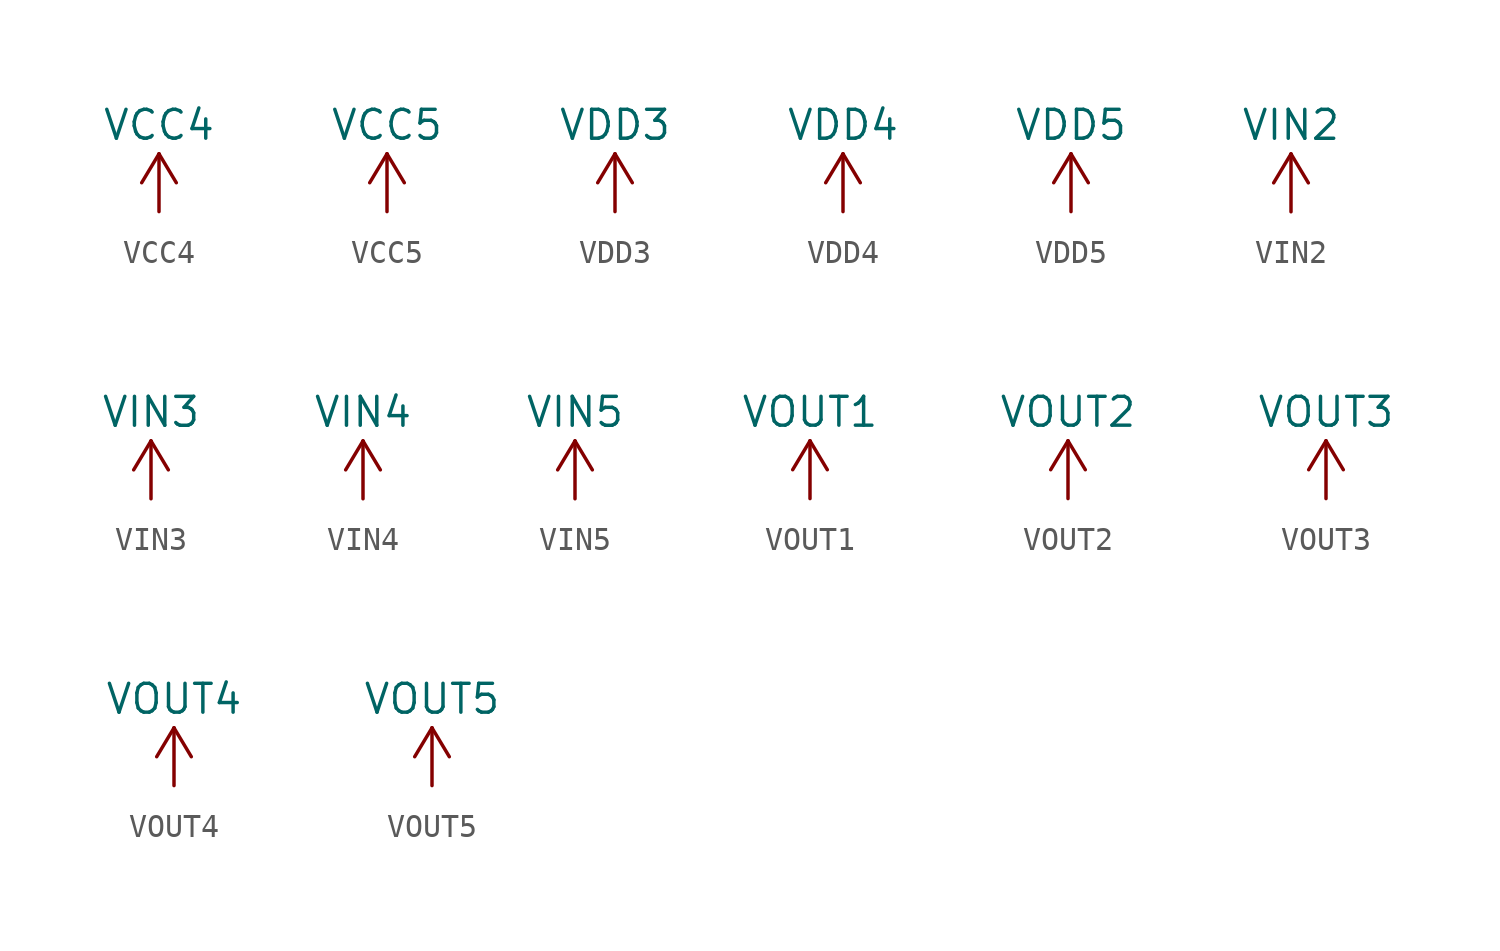
<source format=kicad_sym>
(kicad_symbol_lib
  (version 20220914)
  (generator kicad_symbol_editor)
  (symbol "VCC4"
    (power)
    (pin_names
      (offset 0))
    (property "Reference" "#PWR"
      (at 0 -3.81 0)
      (effects (font (size 1.27 1.27)) hide))
    (property "Value" "VCC4"
      (at 0 3.81 0)
      (effects (font (size 1.27 1.27))))
    (symbol "VCC4_0_1"
      (polyline (pts (xy -0.762 1.27) (xy 0 2.54)) (stroke (width 0) (type default)) (fill (type none)))
      (polyline (pts (xy 0 0) (xy 0 2.54)) (stroke (width 0) (type default)) (fill (type none)))
      (polyline (pts (xy 0 2.54) (xy 0.762 1.27)) (stroke (width 0) (type default)) (fill (type none))))
    (symbol "VCC4_1_1"
      (pin power_in line (at 0 0 90) (length 0) hide (name "VCC4" (effects (font (size 1.27 1.27)))) (number "1" (effects (font (size 1.27 1.27)))))))
  (symbol "VCC5"
    (power)
    (pin_names
      (offset 0))
    (property "Reference" "#PWR"
      (at 0 -3.81 0)
      (effects (font (size 1.27 1.27)) hide))
    (property "Value" "VCC5"
      (at 0 3.81 0)
      (effects (font (size 1.27 1.27))))
    (symbol "VCC5_0_1"
      (polyline (pts (xy -0.762 1.27) (xy 0 2.54)) (stroke (width 0) (type default)) (fill (type none)))
      (polyline (pts (xy 0 0) (xy 0 2.54)) (stroke (width 0) (type default)) (fill (type none)))
      (polyline (pts (xy 0 2.54) (xy 0.762 1.27)) (stroke (width 0) (type default)) (fill (type none))))
    (symbol "VCC5_1_1"
      (pin power_in line (at 0 0 90) (length 0) hide (name "VCC5" (effects (font (size 1.27 1.27)))) (number "1" (effects (font (size 1.27 1.27)))))))
  (symbol "VDD3"
    (power)
    (pin_names
      (offset 0))
    (property "Reference" "#PWR"
      (at 0 -3.81 0)
      (effects (font (size 1.27 1.27)) hide))
    (property "Value" "VDD3"
      (at 0 3.81 0)
      (effects (font (size 1.27 1.27))))
    (symbol "VDD3_0_1"
      (polyline (pts (xy -0.762 1.27) (xy 0 2.54)) (stroke (width 0) (type default)) (fill (type none)))
      (polyline (pts (xy 0 0) (xy 0 2.54)) (stroke (width 0) (type default)) (fill (type none)))
      (polyline (pts (xy 0 2.54) (xy 0.762 1.27)) (stroke (width 0) (type default)) (fill (type none))))
    (symbol "VDD3_1_1"
      (pin power_in line (at 0 0 90) (length 0) hide (name "VDD3" (effects (font (size 1.27 1.27)))) (number "1" (effects (font (size 1.27 1.27)))))))
  (symbol "VDD4"
    (power)
    (pin_names
      (offset 0))
    (property "Reference" "#PWR"
      (at 0 -3.81 0)
      (effects (font (size 1.27 1.27)) hide))
    (property "Value" "VDD4"
      (at 0 3.81 0)
      (effects (font (size 1.27 1.27))))
    (symbol "VDD4_0_1"
      (polyline (pts (xy -0.762 1.27) (xy 0 2.54)) (stroke (width 0) (type default)) (fill (type none)))
      (polyline (pts (xy 0 0) (xy 0 2.54)) (stroke (width 0) (type default)) (fill (type none)))
      (polyline (pts (xy 0 2.54) (xy 0.762 1.27)) (stroke (width 0) (type default)) (fill (type none))))
    (symbol "VDD4_1_1"
      (pin power_in line (at 0 0 90) (length 0) hide (name "VDD4" (effects (font (size 1.27 1.27)))) (number "1" (effects (font (size 1.27 1.27)))))))
  (symbol "VDD5"
    (power)
    (pin_names
      (offset 0))
    (property "Reference" "#PWR"
      (at 0 -3.81 0)
      (effects (font (size 1.27 1.27)) hide))
    (property "Value" "VDD5"
      (at 0 3.81 0)
      (effects (font (size 1.27 1.27))))
    (symbol "VDD5_0_1"
      (polyline (pts (xy -0.762 1.27) (xy 0 2.54)) (stroke (width 0) (type default)) (fill (type none)))
      (polyline (pts (xy 0 0) (xy 0 2.54)) (stroke (width 0) (type default)) (fill (type none)))
      (polyline (pts (xy 0 2.54) (xy 0.762 1.27)) (stroke (width 0) (type default)) (fill (type none))))
    (symbol "VDD5_1_1"
      (pin power_in line (at 0 0 90) (length 0) hide (name "VDD5" (effects (font (size 1.27 1.27)))) (number "1" (effects (font (size 1.27 1.27)))))))
  (symbol "VIN2"
    (power)
    (pin_names
      (offset 0))
    (property "Reference" "#PWR"
      (at 0 -3.81 0)
      (effects (font (size 1.27 1.27)) hide))
    (property "Value" "VIN2"
      (at 0 3.81 0)
      (effects (font (size 1.27 1.27))))
    (symbol "VIN2_0_1"
      (polyline (pts (xy -0.762 1.27) (xy 0 2.54)) (stroke (width 0) (type default)) (fill (type none)))
      (polyline (pts (xy 0 0) (xy 0 2.54)) (stroke (width 0) (type default)) (fill (type none)))
      (polyline (pts (xy 0 2.54) (xy 0.762 1.27)) (stroke (width 0) (type default)) (fill (type none))))
    (symbol "VIN2_1_1"
      (pin power_in line (at 0 0 90) (length 0) hide (name "VIN2" (effects (font (size 1.27 1.27)))) (number "1" (effects (font (size 1.27 1.27)))))))
  (symbol "VIN3"
    (power)
    (pin_names
      (offset 0))
    (property "Reference" "#PWR"
      (at 0 -3.81 0)
      (effects (font (size 1.27 1.27)) hide))
    (property "Value" "VIN3"
      (at 0 3.81 0)
      (effects (font (size 1.27 1.27))))
    (symbol "VIN3_0_1"
      (polyline (pts (xy -0.762 1.27) (xy 0 2.54)) (stroke (width 0) (type default)) (fill (type none)))
      (polyline (pts (xy 0 0) (xy 0 2.54)) (stroke (width 0) (type default)) (fill (type none)))
      (polyline (pts (xy 0 2.54) (xy 0.762 1.27)) (stroke (width 0) (type default)) (fill (type none))))
    (symbol "VIN3_1_1"
      (pin power_in line (at 0 0 90) (length 0) hide (name "VIN3" (effects (font (size 1.27 1.27)))) (number "1" (effects (font (size 1.27 1.27)))))))
  (symbol "VIN4"
    (power)
    (pin_names
      (offset 0))
    (property "Reference" "#PWR"
      (at 0 -3.81 0)
      (effects (font (size 1.27 1.27)) hide))
    (property "Value" "VIN4"
      (at 0 3.81 0)
      (effects (font (size 1.27 1.27))))
    (symbol "VIN4_0_1"
      (polyline (pts (xy -0.762 1.27) (xy 0 2.54)) (stroke (width 0) (type default)) (fill (type none)))
      (polyline (pts (xy 0 0) (xy 0 2.54)) (stroke (width 0) (type default)) (fill (type none)))
      (polyline (pts (xy 0 2.54) (xy 0.762 1.27)) (stroke (width 0) (type default)) (fill (type none))))
    (symbol "VIN4_1_1"
      (pin power_in line (at 0 0 90) (length 0) hide (name "VIN4" (effects (font (size 1.27 1.27)))) (number "1" (effects (font (size 1.27 1.27)))))))
  (symbol "VIN5"
    (power)
    (pin_names
      (offset 0))
    (property "Reference" "#PWR"
      (at 0 -3.81 0)
      (effects (font (size 1.27 1.27)) hide))
    (property "Value" "VIN5"
      (at 0 3.81 0)
      (effects (font (size 1.27 1.27))))
    (symbol "VIN5_0_1"
      (polyline (pts (xy -0.762 1.27) (xy 0 2.54)) (stroke (width 0) (type default)) (fill (type none)))
      (polyline (pts (xy 0 0) (xy 0 2.54)) (stroke (width 0) (type default)) (fill (type none)))
      (polyline (pts (xy 0 2.54) (xy 0.762 1.27)) (stroke (width 0) (type default)) (fill (type none))))
    (symbol "VIN5_1_1"
      (pin power_in line (at 0 0 90) (length 0) hide (name "VIN5" (effects (font (size 1.27 1.27)))) (number "1" (effects (font (size 1.27 1.27)))))))
  (symbol "VOUT1"
    (power)
    (pin_names
      (offset 0))
    (property "Reference" "#PWR"
      (at 0 -3.81 0)
      (effects (font (size 1.27 1.27)) hide))
    (property "Value" "VOUT1"
      (at 0 3.81 0)
      (effects (font (size 1.27 1.27))))
    (symbol "VOUT1_0_1"
      (polyline (pts (xy -0.762 1.27) (xy 0 2.54)) (stroke (width 0) (type default)) (fill (type none)))
      (polyline (pts (xy 0 0) (xy 0 2.54)) (stroke (width 0) (type default)) (fill (type none)))
      (polyline (pts (xy 0 2.54) (xy 0.762 1.27)) (stroke (width 0) (type default)) (fill (type none))))
    (symbol "VOUT1_1_1"
      (pin power_in line (at 0 0 90) (length 0) hide (name "VOUT1" (effects (font (size 1.27 1.27)))) (number "1" (effects (font (size 1.27 1.27)))))))
  (symbol "VOUT2"
    (power)
    (pin_names
      (offset 0))
    (property "Reference" "#PWR"
      (at 0 -3.81 0)
      (effects (font (size 1.27 1.27)) hide))
    (property "Value" "VOUT2"
      (at 0 3.81 0)
      (effects (font (size 1.27 1.27))))
    (symbol "VOUT2_0_1"
      (polyline (pts (xy -0.762 1.27) (xy 0 2.54)) (stroke (width 0) (type default)) (fill (type none)))
      (polyline (pts (xy 0 0) (xy 0 2.54)) (stroke (width 0) (type default)) (fill (type none)))
      (polyline (pts (xy 0 2.54) (xy 0.762 1.27)) (stroke (width 0) (type default)) (fill (type none))))
    (symbol "VOUT2_1_1"
      (pin power_in line (at 0 0 90) (length 0) hide (name "VOUT1" (effects (font (size 1.27 1.27)))) (number "1" (effects (font (size 1.27 1.27)))))))
  (symbol "VOUT3"
    (power)
    (pin_names
      (offset 0))
    (property "Reference" "#PWR"
      (at 0 -3.81 0)
      (effects (font (size 1.27 1.27)) hide))
    (property "Value" "VOUT3"
      (at 0 3.81 0)
      (effects (font (size 1.27 1.27))))
    (symbol "VOUT3_0_1"
      (polyline (pts (xy -0.762 1.27) (xy 0 2.54)) (stroke (width 0) (type default)) (fill (type none)))
      (polyline (pts (xy 0 0) (xy 0 2.54)) (stroke (width 0) (type default)) (fill (type none)))
      (polyline (pts (xy 0 2.54) (xy 0.762 1.27)) (stroke (width 0) (type default)) (fill (type none))))
    (symbol "VOUT3_1_1"
      (pin power_in line (at 0 0 90) (length 0) hide (name "VOUT3" (effects (font (size 1.27 1.27)))) (number "1" (effects (font (size 1.27 1.27)))))))
  (symbol "VOUT4"
    (power)
    (pin_names
      (offset 0))
    (property "Reference" "#PWR"
      (at 0 -3.81 0)
      (effects (font (size 1.27 1.27)) hide))
    (property "Value" "VOUT4"
      (at 0 3.81 0)
      (effects (font (size 1.27 1.27))))
    (symbol "VOUT4_0_1"
      (polyline (pts (xy -0.762 1.27) (xy 0 2.54)) (stroke (width 0) (type default)) (fill (type none)))
      (polyline (pts (xy 0 0) (xy 0 2.54)) (stroke (width 0) (type default)) (fill (type none)))
      (polyline (pts (xy 0 2.54) (xy 0.762 1.27)) (stroke (width 0) (type default)) (fill (type none))))
    (symbol "VOUT4_1_1"
      (pin power_in line (at 0 0 90) (length 0) hide (name "VOUT4" (effects (font (size 1.27 1.27)))) (number "1" (effects (font (size 1.27 1.27)))))))
  (symbol "VOUT5"
    (power)
    (pin_names
      (offset 0))
    (property "Reference" "#PWR"
      (at 0 -3.81 0)
      (effects (font (size 1.27 1.27)) hide))
    (property "Value" "VOUT5"
      (at 0 3.81 0)
      (effects (font (size 1.27 1.27))))
    (symbol "VOUT5_0_1"
      (polyline (pts (xy -0.762 1.27) (xy 0 2.54)) (stroke (width 0) (type default)) (fill (type none)))
      (polyline (pts (xy 0 0) (xy 0 2.54)) (stroke (width 0) (type default)) (fill (type none)))
      (polyline (pts (xy 0 2.54) (xy 0.762 1.27)) (stroke (width 0) (type default)) (fill (type none))))
    (symbol "VOUT5_1_1"
      (pin power_in line (at 0 0 90) (length 0) hide (name "VOUT5" (effects (font (size 1.27 1.27)))) (number "1" (effects (font (size 1.27 1.27))))))))
</source>
